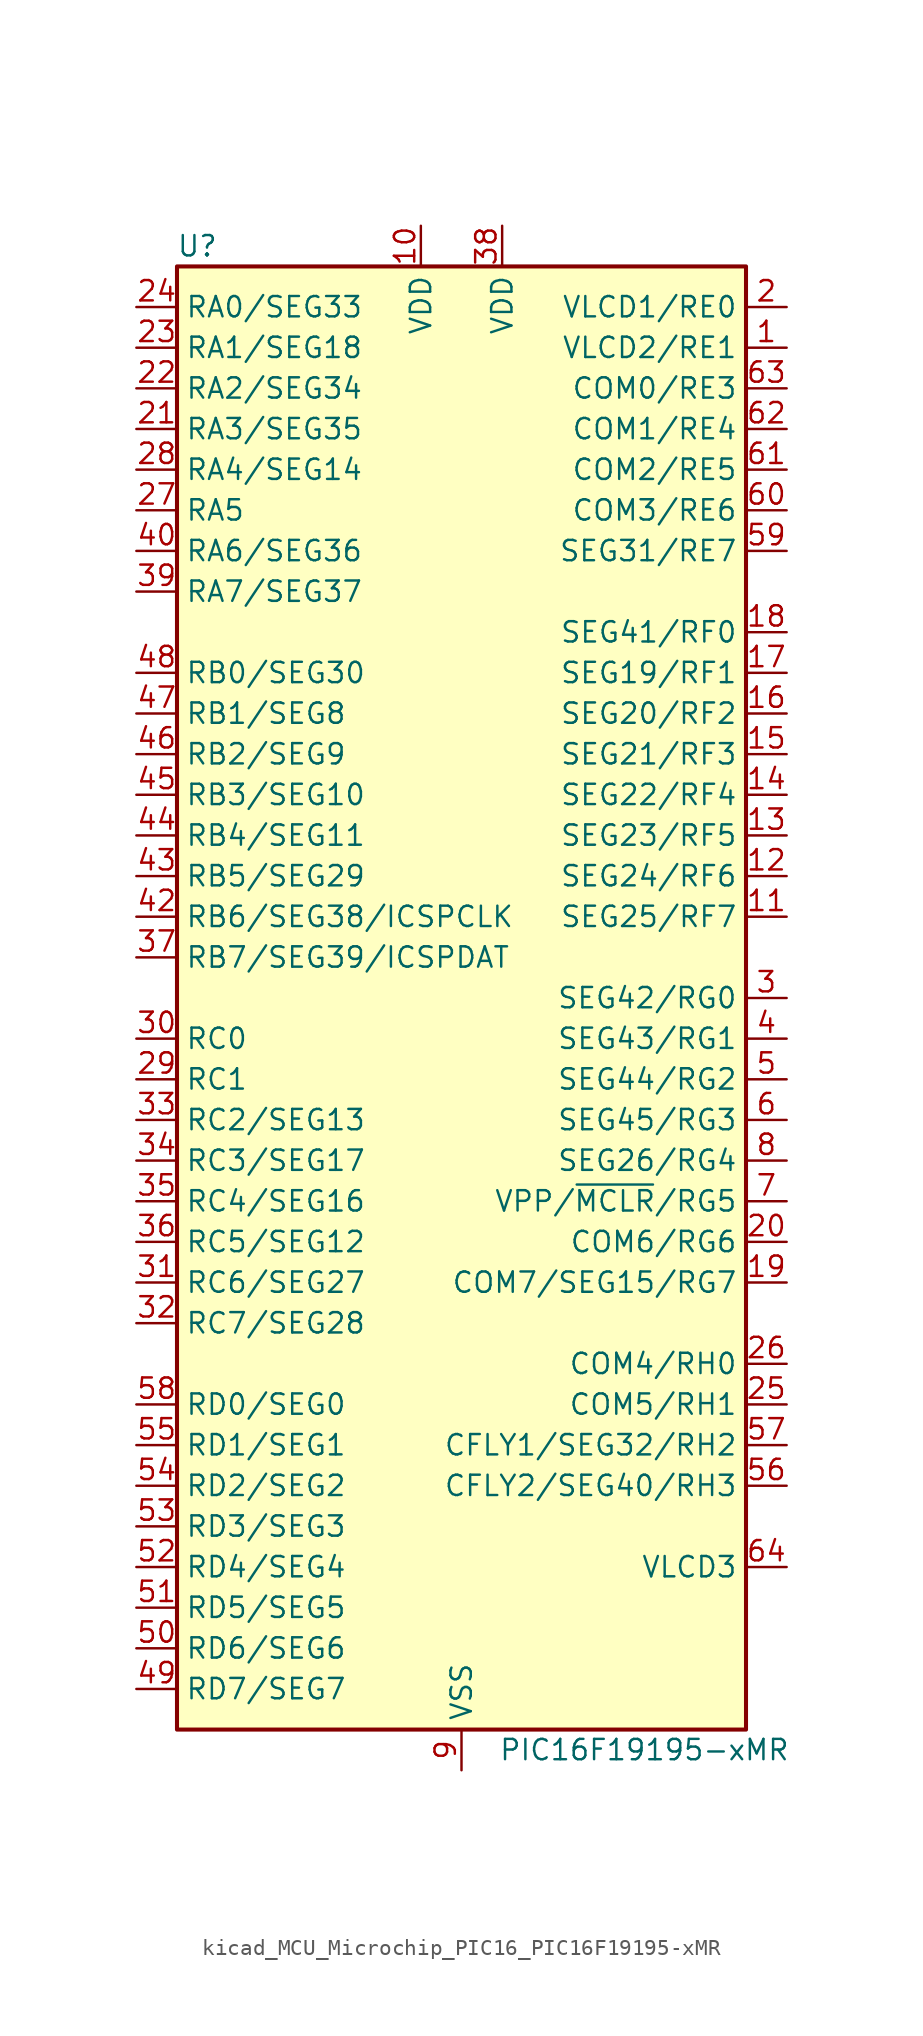
<source format=kicad_sym>
(kicad_symbol_lib
  (version 20220914)
  (generator kicad_symbol_editor)
  (symbol "kicad_MCU_Microchip_PIC16_PIC16F19195-xMR"
    (property "Reference" "U"
      (at -16.51 46.99 0)
      (effects (font (size 1.27 1.27))))
    (property "Value" "PIC16F19195-xMR"
      (at 11.43 -46.99 0)
      (effects (font (size 1.27 1.27))))
    (symbol "kicad_MCU_Microchip_PIC16_PIC16F19195-xMR_0_1"
      (rectangle (start -17.78 45.72) (end 17.78 -45.72) (stroke (width 0.254) (type default)) (fill (type background))))
    (symbol "kicad_MCU_Microchip_PIC16_PIC16F19195-xMR_1_1"
      (pin bidirectional line (at 20.32 40.64 180) (length 2.54) (name "VLCD2/RE1" (effects (font (size 1.27 1.27)))) (number "1" (effects (font (size 1.27 1.27)))))
      (pin power_in line (at -2.54 48.26 270) (length 2.54) (name "VDD" (effects (font (size 1.27 1.27)))) (number "10" (effects (font (size 1.27 1.27)))))
      (pin bidirectional line (at 20.32 5.08 180) (length 2.54) (name "SEG25/RF7" (effects (font (size 1.27 1.27)))) (number "11" (effects (font (size 1.27 1.27)))))
      (pin bidirectional line (at 20.32 7.62 180) (length 2.54) (name "SEG24/RF6" (effects (font (size 1.27 1.27)))) (number "12" (effects (font (size 1.27 1.27)))))
      (pin bidirectional line (at 20.32 10.16 180) (length 2.54) (name "SEG23/RF5" (effects (font (size 1.27 1.27)))) (number "13" (effects (font (size 1.27 1.27)))))
      (pin bidirectional line (at 20.32 12.7 180) (length 2.54) (name "SEG22/RF4" (effects (font (size 1.27 1.27)))) (number "14" (effects (font (size 1.27 1.27)))))
      (pin bidirectional line (at 20.32 15.24 180) (length 2.54) (name "SEG21/RF3" (effects (font (size 1.27 1.27)))) (number "15" (effects (font (size 1.27 1.27)))))
      (pin bidirectional line (at 20.32 17.78 180) (length 2.54) (name "SEG20/RF2" (effects (font (size 1.27 1.27)))) (number "16" (effects (font (size 1.27 1.27)))))
      (pin bidirectional line (at 20.32 20.32 180) (length 2.54) (name "SEG19/RF1" (effects (font (size 1.27 1.27)))) (number "17" (effects (font (size 1.27 1.27)))))
      (pin bidirectional line (at 20.32 22.86 180) (length 2.54) (name "SEG41/RF0" (effects (font (size 1.27 1.27)))) (number "18" (effects (font (size 1.27 1.27)))))
      (pin bidirectional line (at 20.32 -17.78 180) (length 2.54) (name "COM7/SEG15/RG7" (effects (font (size 1.27 1.27)))) (number "19" (effects (font (size 1.27 1.27)))))
      (pin bidirectional line (at 20.32 43.18 180) (length 2.54) (name "VLCD1/RE0" (effects (font (size 1.27 1.27)))) (number "2" (effects (font (size 1.27 1.27)))))
      (pin bidirectional line (at 20.32 -15.24 180) (length 2.54) (name "COM6/RG6" (effects (font (size 1.27 1.27)))) (number "20" (effects (font (size 1.27 1.27)))))
      (pin bidirectional line (at -20.32 35.56 0) (length 2.54) (name "RA3/SEG35" (effects (font (size 1.27 1.27)))) (number "21" (effects (font (size 1.27 1.27)))))
      (pin bidirectional line (at -20.32 38.1 0) (length 2.54) (name "RA2/SEG34" (effects (font (size 1.27 1.27)))) (number "22" (effects (font (size 1.27 1.27)))))
      (pin bidirectional line (at -20.32 40.64 0) (length 2.54) (name "RA1/SEG18" (effects (font (size 1.27 1.27)))) (number "23" (effects (font (size 1.27 1.27)))))
      (pin bidirectional line (at -20.32 43.18 0) (length 2.54) (name "RA0/SEG33" (effects (font (size 1.27 1.27)))) (number "24" (effects (font (size 1.27 1.27)))))
      (pin bidirectional line (at 20.32 -25.4 180) (length 2.54) (name "COM5/RH1" (effects (font (size 1.27 1.27)))) (number "25" (effects (font (size 1.27 1.27)))))
      (pin bidirectional line (at 20.32 -22.86 180) (length 2.54) (name "COM4/RH0" (effects (font (size 1.27 1.27)))) (number "26" (effects (font (size 1.27 1.27)))))
      (pin bidirectional line (at -20.32 30.48 0) (length 2.54) (name "RA5" (effects (font (size 1.27 1.27)))) (number "27" (effects (font (size 1.27 1.27)))))
      (pin bidirectional line (at -20.32 33.02 0) (length 2.54) (name "RA4/SEG14" (effects (font (size 1.27 1.27)))) (number "28" (effects (font (size 1.27 1.27)))))
      (pin bidirectional line (at -20.32 -5.08 0) (length 2.54) (name "RC1" (effects (font (size 1.27 1.27)))) (number "29" (effects (font (size 1.27 1.27)))))
      (pin bidirectional line (at 20.32 0 180) (length 2.54) (name "SEG42/RG0" (effects (font (size 1.27 1.27)))) (number "3" (effects (font (size 1.27 1.27)))))
      (pin bidirectional line (at -20.32 -2.54 0) (length 2.54) (name "RC0" (effects (font (size 1.27 1.27)))) (number "30" (effects (font (size 1.27 1.27)))))
      (pin bidirectional line (at -20.32 -17.78 0) (length 2.54) (name "RC6/SEG27" (effects (font (size 1.27 1.27)))) (number "31" (effects (font (size 1.27 1.27)))))
      (pin bidirectional line (at -20.32 -20.32 0) (length 2.54) (name "RC7/SEG28" (effects (font (size 1.27 1.27)))) (number "32" (effects (font (size 1.27 1.27)))))
      (pin bidirectional line (at -20.32 -7.62 0) (length 2.54) (name "RC2/SEG13" (effects (font (size 1.27 1.27)))) (number "33" (effects (font (size 1.27 1.27)))))
      (pin bidirectional line (at -20.32 -10.16 0) (length 2.54) (name "RC3/SEG17" (effects (font (size 1.27 1.27)))) (number "34" (effects (font (size 1.27 1.27)))))
      (pin bidirectional line (at -20.32 -12.7 0) (length 2.54) (name "RC4/SEG16" (effects (font (size 1.27 1.27)))) (number "35" (effects (font (size 1.27 1.27)))))
      (pin bidirectional line (at -20.32 -15.24 0) (length 2.54) (name "RC5/SEG12" (effects (font (size 1.27 1.27)))) (number "36" (effects (font (size 1.27 1.27)))))
      (pin bidirectional line (at -20.32 2.54 0) (length 2.54) (name "RB7/SEG39/ICSPDAT" (effects (font (size 1.27 1.27)))) (number "37" (effects (font (size 1.27 1.27)))))
      (pin power_in line (at 2.54 48.26 270) (length 2.54) (name "VDD" (effects (font (size 1.27 1.27)))) (number "38" (effects (font (size 1.27 1.27)))))
      (pin bidirectional line (at -20.32 25.4 0) (length 2.54) (name "RA7/SEG37" (effects (font (size 1.27 1.27)))) (number "39" (effects (font (size 1.27 1.27)))))
      (pin bidirectional line (at 20.32 -2.54 180) (length 2.54) (name "SEG43/RG1" (effects (font (size 1.27 1.27)))) (number "4" (effects (font (size 1.27 1.27)))))
      (pin bidirectional line (at -20.32 27.94 0) (length 2.54) (name "RA6/SEG36" (effects (font (size 1.27 1.27)))) (number "40" (effects (font (size 1.27 1.27)))))
      (pin passive line (at 0 -48.26 90) (length 2.54) hide (name "VSS" (effects (font (size 1.27 1.27)))) (number "41" (effects (font (size 1.27 1.27)))))
      (pin bidirectional line (at -20.32 5.08 0) (length 2.54) (name "RB6/SEG38/ICSPCLK" (effects (font (size 1.27 1.27)))) (number "42" (effects (font (size 1.27 1.27)))))
      (pin bidirectional line (at -20.32 7.62 0) (length 2.54) (name "RB5/SEG29" (effects (font (size 1.27 1.27)))) (number "43" (effects (font (size 1.27 1.27)))))
      (pin bidirectional line (at -20.32 10.16 0) (length 2.54) (name "RB4/SEG11" (effects (font (size 1.27 1.27)))) (number "44" (effects (font (size 1.27 1.27)))))
      (pin bidirectional line (at -20.32 12.7 0) (length 2.54) (name "RB3/SEG10" (effects (font (size 1.27 1.27)))) (number "45" (effects (font (size 1.27 1.27)))))
      (pin bidirectional line (at -20.32 15.24 0) (length 2.54) (name "RB2/SEG9" (effects (font (size 1.27 1.27)))) (number "46" (effects (font (size 1.27 1.27)))))
      (pin bidirectional line (at -20.32 17.78 0) (length 2.54) (name "RB1/SEG8" (effects (font (size 1.27 1.27)))) (number "47" (effects (font (size 1.27 1.27)))))
      (pin bidirectional line (at -20.32 20.32 0) (length 2.54) (name "RB0/SEG30" (effects (font (size 1.27 1.27)))) (number "48" (effects (font (size 1.27 1.27)))))
      (pin bidirectional line (at -20.32 -43.18 0) (length 2.54) (name "RD7/SEG7" (effects (font (size 1.27 1.27)))) (number "49" (effects (font (size 1.27 1.27)))))
      (pin bidirectional line (at 20.32 -5.08 180) (length 2.54) (name "SEG44/RG2" (effects (font (size 1.27 1.27)))) (number "5" (effects (font (size 1.27 1.27)))))
      (pin bidirectional line (at -20.32 -40.64 0) (length 2.54) (name "RD6/SEG6" (effects (font (size 1.27 1.27)))) (number "50" (effects (font (size 1.27 1.27)))))
      (pin bidirectional line (at -20.32 -38.1 0) (length 2.54) (name "RD5/SEG5" (effects (font (size 1.27 1.27)))) (number "51" (effects (font (size 1.27 1.27)))))
      (pin bidirectional line (at -20.32 -35.56 0) (length 2.54) (name "RD4/SEG4" (effects (font (size 1.27 1.27)))) (number "52" (effects (font (size 1.27 1.27)))))
      (pin bidirectional line (at -20.32 -33.02 0) (length 2.54) (name "RD3/SEG3" (effects (font (size 1.27 1.27)))) (number "53" (effects (font (size 1.27 1.27)))))
      (pin bidirectional line (at -20.32 -30.48 0) (length 2.54) (name "RD2/SEG2" (effects (font (size 1.27 1.27)))) (number "54" (effects (font (size 1.27 1.27)))))
      (pin bidirectional line (at -20.32 -27.94 0) (length 2.54) (name "RD1/SEG1" (effects (font (size 1.27 1.27)))) (number "55" (effects (font (size 1.27 1.27)))))
      (pin bidirectional line (at 20.32 -30.48 180) (length 2.54) (name "CFLY2/SEG40/RH3" (effects (font (size 1.27 1.27)))) (number "56" (effects (font (size 1.27 1.27)))))
      (pin bidirectional line (at 20.32 -27.94 180) (length 2.54) (name "CFLY1/SEG32/RH2" (effects (font (size 1.27 1.27)))) (number "57" (effects (font (size 1.27 1.27)))))
      (pin bidirectional line (at -20.32 -25.4 0) (length 2.54) (name "RD0/SEG0" (effects (font (size 1.27 1.27)))) (number "58" (effects (font (size 1.27 1.27)))))
      (pin bidirectional line (at 20.32 27.94 180) (length 2.54) (name "SEG31/RE7" (effects (font (size 1.27 1.27)))) (number "59" (effects (font (size 1.27 1.27)))))
      (pin bidirectional line (at 20.32 -7.62 180) (length 2.54) (name "SEG45/RG3" (effects (font (size 1.27 1.27)))) (number "6" (effects (font (size 1.27 1.27)))))
      (pin bidirectional line (at 20.32 30.48 180) (length 2.54) (name "COM3/RE6" (effects (font (size 1.27 1.27)))) (number "60" (effects (font (size 1.27 1.27)))))
      (pin bidirectional line (at 20.32 33.02 180) (length 2.54) (name "COM2/RE5" (effects (font (size 1.27 1.27)))) (number "61" (effects (font (size 1.27 1.27)))))
      (pin bidirectional line (at 20.32 35.56 180) (length 2.54) (name "COM1/RE4" (effects (font (size 1.27 1.27)))) (number "62" (effects (font (size 1.27 1.27)))))
      (pin bidirectional line (at 20.32 38.1 180) (length 2.54) (name "COM0/RE3" (effects (font (size 1.27 1.27)))) (number "63" (effects (font (size 1.27 1.27)))))
      (pin input line (at 20.32 -35.56 180) (length 2.54) (name "VLCD3" (effects (font (size 1.27 1.27)))) (number "64" (effects (font (size 1.27 1.27)))))
      (pin passive line (at 0 -48.26 90) (length 2.54) hide (name "VSS" (effects (font (size 1.27 1.27)))) (number "65" (effects (font (size 1.27 1.27)))))
      (pin bidirectional line (at 20.32 -12.7 180) (length 2.54) (name "VPP/~{MCLR}/RG5" (effects (font (size 1.27 1.27)))) (number "7" (effects (font (size 1.27 1.27)))))
      (pin bidirectional line (at 20.32 -10.16 180) (length 2.54) (name "SEG26/RG4" (effects (font (size 1.27 1.27)))) (number "8" (effects (font (size 1.27 1.27)))))
      (pin power_in line (at 0 -48.26 90) (length 2.54) (name "VSS" (effects (font (size 1.27 1.27)))) (number "9" (effects (font (size 1.27 1.27))))))))
</source>
